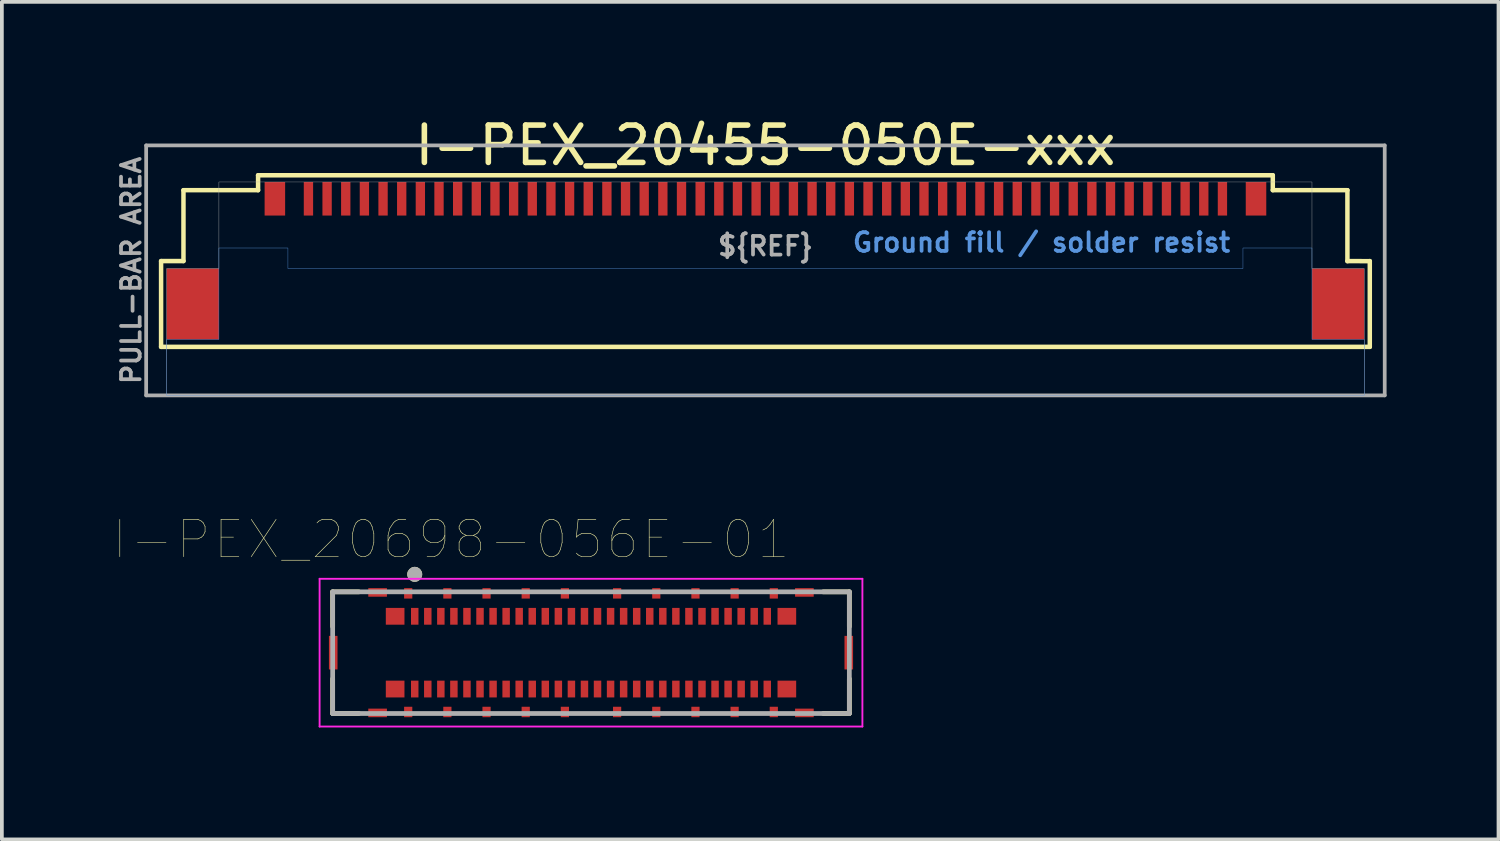
<source format=kicad_pcb>
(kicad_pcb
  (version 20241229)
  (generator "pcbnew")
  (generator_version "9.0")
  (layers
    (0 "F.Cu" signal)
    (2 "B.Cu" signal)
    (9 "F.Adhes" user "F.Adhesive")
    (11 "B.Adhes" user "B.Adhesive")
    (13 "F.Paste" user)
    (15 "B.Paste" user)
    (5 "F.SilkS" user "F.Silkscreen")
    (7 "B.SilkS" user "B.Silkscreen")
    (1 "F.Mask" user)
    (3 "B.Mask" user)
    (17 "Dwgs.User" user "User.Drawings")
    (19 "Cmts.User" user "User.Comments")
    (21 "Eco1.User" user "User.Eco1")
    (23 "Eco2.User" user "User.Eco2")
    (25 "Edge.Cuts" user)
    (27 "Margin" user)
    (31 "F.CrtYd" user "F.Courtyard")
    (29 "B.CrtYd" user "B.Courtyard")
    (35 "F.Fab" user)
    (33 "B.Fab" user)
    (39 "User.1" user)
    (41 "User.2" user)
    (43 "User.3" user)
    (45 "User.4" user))
  (footprint "I-PEX_20455-050E-xxx"
    (layer "F.Cu")
    (at 17.468 7.548)
    (property "Reference" "I-PEX_20455-050E-xxx" (at 0 -6.7 0) (unlocked yes) (layer "F.SilkS") (effects (font (size 1 1) (thickness 0.15))))
    (attr smd)
    (fp_line (start -16.2 -3.6) (end -16.2 -1.3) (stroke (width 0.12) (type solid)) (layer "F.SilkS"))
    (fp_line (start -16.2 -1.3) (end 16.2 -1.3) (stroke (width 0.12) (type solid)) (layer "F.SilkS"))
    (fp_line (start -15.6 -3.6) (end -16.2 -3.6) (stroke (width 0.12) (type solid)) (layer "F.SilkS"))
    (fp_line (start -15.6 -3.6) (end -15.6 -5.5) (stroke (width 0.12) (type solid)) (layer "F.SilkS"))
    (fp_line (start -13.6 -5.9) (end -13.6 -5.5) (stroke (width 0.12) (type solid)) (layer "F.SilkS"))
    (fp_line (start -13.6 -5.5) (end -15.6 -5.5) (stroke (width 0.12) (type solid)) (layer "F.SilkS"))
    (fp_line (start 13.6 -5.9) (end -13.6 -5.9) (stroke (width 0.12) (type solid)) (layer "F.SilkS"))
    (fp_line (start 13.6 -5.5) (end 13.6 -5.9) (stroke (width 0.12) (type solid)) (layer "F.SilkS"))
    (fp_line (start 13.6 -5.5) (end 15.6 -5.5) (stroke (width 0.12) (type solid)) (layer "F.SilkS"))
    (fp_line (start 15.6 -3.596) (end 15.6 -5.5) (stroke (width 0.12) (type solid)) (layer "F.SilkS"))
    (fp_line (start 16.2 -3.597) (end 15.6 -3.6) (stroke (width 0.12) (type solid)) (layer "F.SilkS"))
    (fp_line (start 16.2 -1.3) (end 16.2 -3.6) (stroke (width 0.12) (type solid)) (layer "F.SilkS"))
    (fp_poly (pts (xy -12.8 -3.4) (xy 12.8 -3.4) (xy 12.8 -3.95) (xy 14.65 -3.95) (xy 14.65 -1.5) (xy 16.05 -1.5) (xy 16.05 0) (xy -16.05 0) (xy -16.05 -1.5) (xy -14.65 -1.5) (xy -14.65 -3.95) (xy -12.8 -3.95)) (stroke (width 0.01) (type solid)) (fill no) (layer "Cmts.User"))
    (fp_line (start -16.6 -6.7) (end -16.6 0) (stroke (width 0.1) (type solid)) (layer "F.Fab"))
    (fp_line (start -16.6 0) (end 16.6 0) (stroke (width 0.1) (type solid)) (layer "F.Fab"))
    (fp_line (start 16.6 -6.7) (end -16.6 -6.7) (stroke (width 0.1) (type solid)) (layer "F.Fab"))
    (fp_line (start 16.6 0) (end 16.6 -6.7) (stroke (width 0.1) (type solid)) (layer "F.Fab"))
    (fp_poly (pts (xy 16.6 0) (xy 16.05 0) (xy 16.05 -3.4) (xy 14.65 -3.4) (xy 14.65 -5.72) (xy -14.65 -5.72) (xy -14.65 -3.4) (xy -16.05 -3.4) (xy -16.05 0) (xy -16.6 0) (xy -16.6 -6.7) (xy 16.6 -6.7)) (stroke (width 0.01) (type solid)) (fill no) (layer "F.Fab"))
    (fp_text user "Ground fill / solder resist" (at 7.4 -4.1 0) (unlocked yes) (layer "Cmts.User") (effects (font (size 0.5 0.5) (thickness 0.1))))
    (fp_text user "PULL-BAR AREA" (at -17 -3.35 90) (unlocked yes) (layer "F.Fab") (effects (font (size 0.5 0.5) (thickness 0.1))))
    (fp_text user "${REF}" (at 0 -4 0) (unlocked yes) (layer "F.Fab") (effects (font (size 0.5 0.5) (thickness 0.1))))
    (pad "1" smd rect (at -12.25 -5.27) (size 0.25 0.9) (layers "F.Cu" "F.Mask" "F.Paste"))
    (pad "2" smd rect (at -11.75 -5.27) (size 0.25 0.9) (layers "F.Cu" "F.Mask" "F.Paste"))
    (pad "3" smd rect (at -11.25 -5.27) (size 0.25 0.9) (layers "F.Cu" "F.Mask" "F.Paste"))
    (pad "4" smd rect (at -10.75 -5.27) (size 0.25 0.9) (layers "F.Cu" "F.Mask" "F.Paste"))
    (pad "5" smd rect (at -10.25 -5.27) (size 0.25 0.9) (layers "F.Cu" "F.Mask" "F.Paste"))
    (pad "6" smd rect (at -9.75 -5.27) (size 0.25 0.9) (layers "F.Cu" "F.Mask" "F.Paste"))
    (pad "7" smd rect (at -9.25 -5.27) (size 0.25 0.9) (layers "F.Cu" "F.Mask" "F.Paste"))
    (pad "8" smd rect (at -8.75 -5.27) (size 0.25 0.9) (layers "F.Cu" "F.Mask" "F.Paste"))
    (pad "9" smd rect (at -8.25 -5.27) (size 0.25 0.9) (layers "F.Cu" "F.Mask" "F.Paste"))
    (pad "10" smd rect (at -7.75 -5.27) (size 0.25 0.9) (layers "F.Cu" "F.Mask" "F.Paste"))
    (pad "11" smd rect (at -7.25 -5.27) (size 0.25 0.9) (layers "F.Cu" "F.Mask" "F.Paste"))
    (pad "12" smd rect (at -6.75 -5.27) (size 0.25 0.9) (layers "F.Cu" "F.Mask" "F.Paste"))
    (pad "13" smd rect (at -6.25 -5.27) (size 0.25 0.9) (layers "F.Cu" "F.Mask" "F.Paste"))
    (pad "14" smd rect (at -5.75 -5.27) (size 0.25 0.9) (layers "F.Cu" "F.Mask" "F.Paste"))
    (pad "15" smd rect (at -5.25 -5.27) (size 0.25 0.9) (layers "F.Cu" "F.Mask" "F.Paste"))
    (pad "16" smd rect (at -4.75 -5.27) (size 0.25 0.9) (layers "F.Cu" "F.Mask" "F.Paste"))
    (pad "17" smd rect (at -4.25 -5.27) (size 0.25 0.9) (layers "F.Cu" "F.Mask" "F.Paste"))
    (pad "18" smd rect (at -3.75 -5.27) (size 0.25 0.9) (layers "F.Cu" "F.Mask" "F.Paste"))
    (pad "19" smd rect (at -3.25 -5.27) (size 0.25 0.9) (layers "F.Cu" "F.Mask" "F.Paste"))
    (pad "20" smd rect (at -2.75 -5.27) (size 0.25 0.9) (layers "F.Cu" "F.Mask" "F.Paste"))
    (pad "21" smd rect (at -2.25 -5.27) (size 0.25 0.9) (layers "F.Cu" "F.Mask" "F.Paste"))
    (pad "22" smd rect (at -1.75 -5.27) (size 0.25 0.9) (layers "F.Cu" "F.Mask" "F.Paste"))
    (pad "23" smd rect (at -1.25 -5.27) (size 0.25 0.9) (layers "F.Cu" "F.Mask" "F.Paste"))
    (pad "24" smd rect (at -0.75 -5.27) (size 0.25 0.9) (layers "F.Cu" "F.Mask" "F.Paste"))
    (pad "25" smd rect (at -0.25 -5.27) (size 0.25 0.9) (layers "F.Cu" "F.Mask" "F.Paste"))
    (pad "26" smd rect (at 0.25 -5.27) (size 0.25 0.9) (layers "F.Cu" "F.Mask" "F.Paste"))
    (pad "27" smd rect (at 0.75 -5.27) (size 0.25 0.9) (layers "F.Cu" "F.Mask" "F.Paste"))
    (pad "28" smd rect (at 1.25 -5.27) (size 0.25 0.9) (layers "F.Cu" "F.Mask" "F.Paste"))
    (pad "29" smd rect (at 1.75 -5.27) (size 0.25 0.9) (layers "F.Cu" "F.Mask" "F.Paste"))
    (pad "30" smd rect (at 2.25 -5.27) (size 0.25 0.9) (layers "F.Cu" "F.Mask" "F.Paste"))
    (pad "31" smd rect (at 2.75 -5.27) (size 0.25 0.9) (layers "F.Cu" "F.Mask" "F.Paste"))
    (pad "32" smd rect (at 3.25 -5.27) (size 0.25 0.9) (layers "F.Cu" "F.Mask" "F.Paste"))
    (pad "33" smd rect (at 3.75 -5.27) (size 0.25 0.9) (layers "F.Cu" "F.Mask" "F.Paste"))
    (pad "34" smd rect (at 4.25 -5.27) (size 0.25 0.9) (layers "F.Cu" "F.Mask" "F.Paste"))
    (pad "35" smd rect (at 4.75 -5.27) (size 0.25 0.9) (layers "F.Cu" "F.Mask" "F.Paste"))
    (pad "36" smd rect (at 5.25 -5.27) (size 0.25 0.9) (layers "F.Cu" "F.Mask" "F.Paste"))
    (pad "37" smd rect (at 5.75 -5.27) (size 0.25 0.9) (layers "F.Cu" "F.Mask" "F.Paste"))
    (pad "38" smd rect (at 6.25 -5.27) (size 0.25 0.9) (layers "F.Cu" "F.Mask" "F.Paste"))
    (pad "39" smd rect (at 6.75 -5.27) (size 0.25 0.9) (layers "F.Cu" "F.Mask" "F.Paste"))
    (pad "40" smd rect (at 7.25 -5.27) (size 0.25 0.9) (layers "F.Cu" "F.Mask" "F.Paste"))
    (pad "41" smd rect (at 7.75 -5.27) (size 0.25 0.9) (layers "F.Cu" "F.Mask" "F.Paste"))
    (pad "42" smd rect (at 8.25 -5.27) (size 0.25 0.9) (layers "F.Cu" "F.Mask" "F.Paste"))
    (pad "43" smd rect (at 8.75 -5.27) (size 0.25 0.9) (layers "F.Cu" "F.Mask" "F.Paste"))
    (pad "44" smd rect (at 9.25 -5.27) (size 0.25 0.9) (layers "F.Cu" "F.Mask" "F.Paste"))
    (pad "45" smd rect (at 9.75 -5.27) (size 0.25 0.9) (layers "F.Cu" "F.Mask" "F.Paste"))
    (pad "46" smd rect (at 10.25 -5.27) (size 0.25 0.9) (layers "F.Cu" "F.Mask" "F.Paste"))
    (pad "47" smd rect (at 10.75 -5.27) (size 0.25 0.9) (layers "F.Cu" "F.Mask" "F.Paste"))
    (pad "48" smd rect (at 11.25 -5.27) (size 0.25 0.9) (layers "F.Cu" "F.Mask" "F.Paste"))
    (pad "49" smd rect (at 11.75 -5.27) (size 0.25 0.9) (layers "F.Cu" "F.Mask" "F.Paste"))
    (pad "50" smd rect (at 12.25 -5.27) (size 0.25 0.9) (layers "F.Cu" "F.Mask" "F.Paste"))
    (pad "MP" smd rect (at -15.35 -2.45) (size 1.4 1.9) (layers "F.Cu" "F.Mask" "F.Paste"))
    (pad "MP" smd rect (at -13.15 -5.27) (size 0.55 0.9) (layers "F.Cu" "F.Mask" "F.Paste"))
    (pad "MP" smd rect (at 13.15 -5.27) (size 0.55 0.9) (layers "F.Cu" "F.Mask" "F.Paste"))
    (pad "MP" smd rect (at 15.35 -2.45) (size 1.4 1.9) (layers "F.Cu" "F.Mask" "F.Paste")))
  (footprint "I-PEX_20698-056E-01"
    (layer "F.Cu")
    (at 12.792 14.445)
    (property "Reference" "I-PEX_20698-056E-01" (at -3.75 -3.035 0) (layer "F.SilkS") (effects (font (size 1 1) (thickness 0.015))))
    (attr through_hole)
    (fp_line (start -6.925 -1.63) (end -6.225 -1.63) (stroke (width 0.127) (type solid)) (layer "F.SilkS"))
    (fp_line (start -6.925 -0.7) (end -6.925 -1.63) (stroke (width 0.127) (type solid)) (layer "F.SilkS"))
    (fp_line (start -6.925 0.7) (end -6.925 1.63) (stroke (width 0.127) (type solid)) (layer "F.SilkS"))
    (fp_line (start -6.925 1.63) (end -6.225 1.63) (stroke (width 0.127) (type solid)) (layer "F.SilkS"))
    (fp_line (start 6.925 -1.63) (end 6.225 -1.63) (stroke (width 0.127) (type solid)) (layer "F.SilkS"))
    (fp_line (start 6.925 -0.7) (end 6.925 -1.63) (stroke (width 0.127) (type solid)) (layer "F.SilkS"))
    (fp_line (start 6.925 0.7) (end 6.925 1.63) (stroke (width 0.127) (type solid)) (layer "F.SilkS"))
    (fp_line (start 6.925 1.63) (end 6.225 1.63) (stroke (width 0.127) (type solid)) (layer "F.SilkS"))
    (fp_circle (center -4.725 -2.1) (end -4.625 -2.1) (stroke (width 0.2) (type solid)) (fill no) (layer "F.SilkS"))
    (fp_poly (pts (xy -5.5 -1.2) (xy -5 -1.2) (xy -5 -0.9) (xy -5.5 -0.9)) (stroke (width 0.01) (type solid)) (fill yes) (layer "F.Paste"))
    (fp_poly (pts (xy -5.5 0.9) (xy -5 0.9) (xy -5 1.2) (xy -5.5 1.2)) (stroke (width 0.01) (type solid)) (fill yes) (layer "F.Paste"))
    (fp_poly (pts (xy 5 -1.2) (xy 5.5 -1.2) (xy 5.5 -0.9) (xy 5 -0.9)) (stroke (width 0.01) (type solid)) (fill yes) (layer "F.Paste"))
    (fp_poly (pts (xy 5 0.9) (xy 5.5 0.9) (xy 5.5 1.2) (xy 5 1.2)) (stroke (width 0.01) (type solid)) (fill yes) (layer "F.Paste"))
    (fp_line (start -7.275 -1.98) (end 7.275 -1.98) (stroke (width 0.05) (type solid)) (layer "F.CrtYd"))
    (fp_line (start -7.275 1.98) (end -7.275 -1.98) (stroke (width 0.05) (type solid)) (layer "F.CrtYd"))
    (fp_line (start 7.275 -1.98) (end 7.275 1.98) (stroke (width 0.05) (type solid)) (layer "F.CrtYd"))
    (fp_line (start 7.275 1.98) (end -7.275 1.98) (stroke (width 0.05) (type solid)) (layer "F.CrtYd"))
    (fp_line (start -6.925 -1.63) (end 6.925 -1.63) (stroke (width 0.127) (type solid)) (layer "F.Fab"))
    (fp_line (start -6.925 1.63) (end -6.925 -1.63) (stroke (width 0.127) (type solid)) (layer "F.Fab"))
    (fp_line (start 6.925 -1.63) (end 6.925 1.63) (stroke (width 0.127) (type solid)) (layer "F.Fab"))
    (fp_line (start 6.925 1.63) (end -6.925 1.63) (stroke (width 0.127) (type solid)) (layer "F.Fab"))
    (fp_circle (center -4.725 -2.1) (end -4.625 -2.1) (stroke (width 0.2) (type solid)) (fill no) (layer "F.Fab"))
    (pad "1" smd rect (at -4.725 -0.975) (size 0.2 0.45) (layers "F.Cu" "F.Mask" "F.Paste"))
    (pad "2" smd rect (at -4.725 0.975) (size 0.2 0.45) (layers "F.Cu" "F.Mask" "F.Paste"))
    (pad "3" smd rect (at -4.375 -0.975) (size 0.2 0.45) (layers "F.Cu" "F.Mask" "F.Paste"))
    (pad "4" smd rect (at -4.375 0.975) (size 0.2 0.45) (layers "F.Cu" "F.Mask" "F.Paste"))
    (pad "5" smd rect (at -4.025 -0.975) (size 0.2 0.45) (layers "F.Cu" "F.Mask" "F.Paste"))
    (pad "6" smd rect (at -4.025 0.975) (size 0.2 0.45) (layers "F.Cu" "F.Mask" "F.Paste"))
    (pad "7" smd rect (at -3.675 -0.975) (size 0.2 0.45) (layers "F.Cu" "F.Mask" "F.Paste"))
    (pad "8" smd rect (at -3.675 0.975) (size 0.2 0.45) (layers "F.Cu" "F.Mask" "F.Paste"))
    (pad "9" smd rect (at -3.325 -0.975) (size 0.2 0.45) (layers "F.Cu" "F.Mask" "F.Paste"))
    (pad "10" smd rect (at -3.325 0.975) (size 0.2 0.45) (layers "F.Cu" "F.Mask" "F.Paste"))
    (pad "11" smd rect (at -2.975 -0.975) (size 0.2 0.45) (layers "F.Cu" "F.Mask" "F.Paste"))
    (pad "12" smd rect (at -2.975 0.975) (size 0.2 0.45) (layers "F.Cu" "F.Mask" "F.Paste"))
    (pad "13" smd rect (at -2.625 -0.975) (size 0.2 0.45) (layers "F.Cu" "F.Mask" "F.Paste"))
    (pad "14" smd rect (at -2.625 0.975) (size 0.2 0.45) (layers "F.Cu" "F.Mask" "F.Paste"))
    (pad "15" smd rect (at -2.275 -0.975) (size 0.2 0.45) (layers "F.Cu" "F.Mask" "F.Paste"))
    (pad "16" smd rect (at -2.275 0.975) (size 0.2 0.45) (layers "F.Cu" "F.Mask" "F.Paste"))
    (pad "17" smd rect (at -1.925 -0.975) (size 0.2 0.45) (layers "F.Cu" "F.Mask" "F.Paste"))
    (pad "18" smd rect (at -1.925 0.975) (size 0.2 0.45) (layers "F.Cu" "F.Mask" "F.Paste"))
    (pad "19" smd rect (at -1.575 -0.975) (size 0.2 0.45) (layers "F.Cu" "F.Mask" "F.Paste"))
    (pad "20" smd rect (at -1.575 0.975) (size 0.2 0.45) (layers "F.Cu" "F.Mask" "F.Paste"))
    (pad "21" smd rect (at -1.225 -0.975) (size 0.2 0.45) (layers "F.Cu" "F.Mask" "F.Paste"))
    (pad "22" smd rect (at -1.225 0.975) (size 0.2 0.45) (layers "F.Cu" "F.Mask" "F.Paste"))
    (pad "23" smd rect (at -0.875 -0.975) (size 0.2 0.45) (layers "F.Cu" "F.Mask" "F.Paste"))
    (pad "24" smd rect (at -0.875 0.975) (size 0.2 0.45) (layers "F.Cu" "F.Mask" "F.Paste"))
    (pad "25" smd rect (at -0.525 -0.975) (size 0.2 0.45) (layers "F.Cu" "F.Mask" "F.Paste"))
    (pad "26" smd rect (at -0.525 0.975) (size 0.2 0.45) (layers "F.Cu" "F.Mask" "F.Paste"))
    (pad "27" smd rect (at -0.175 -0.975) (size 0.2 0.45) (layers "F.Cu" "F.Mask" "F.Paste"))
    (pad "28" smd rect (at -0.175 0.975) (size 0.2 0.45) (layers "F.Cu" "F.Mask" "F.Paste"))
    (pad "29" smd rect (at 0.175 -0.975) (size 0.2 0.45) (layers "F.Cu" "F.Mask" "F.Paste"))
    (pad "30" smd rect (at 0.175 0.975) (size 0.2 0.45) (layers "F.Cu" "F.Mask" "F.Paste"))
    (pad "31" smd rect (at 0.525 -0.975) (size 0.2 0.45) (layers "F.Cu" "F.Mask" "F.Paste"))
    (pad "32" smd rect (at 0.525 0.975) (size 0.2 0.45) (layers "F.Cu" "F.Mask" "F.Paste"))
    (pad "33" smd rect (at 0.875 -0.975) (size 0.2 0.45) (layers "F.Cu" "F.Mask" "F.Paste"))
    (pad "34" smd rect (at 0.875 0.975) (size 0.2 0.45) (layers "F.Cu" "F.Mask" "F.Paste"))
    (pad "35" smd rect (at 1.225 -0.975) (size 0.2 0.45) (layers "F.Cu" "F.Mask" "F.Paste"))
    (pad "36" smd rect (at 1.225 0.975) (size 0.2 0.45) (layers "F.Cu" "F.Mask" "F.Paste"))
    (pad "37" smd rect (at 1.575 -0.975) (size 0.2 0.45) (layers "F.Cu" "F.Mask" "F.Paste"))
    (pad "38" smd rect (at 1.575 0.975) (size 0.2 0.45) (layers "F.Cu" "F.Mask" "F.Paste"))
    (pad "39" smd rect (at 1.925 -0.975) (size 0.2 0.45) (layers "F.Cu" "F.Mask" "F.Paste"))
    (pad "40" smd rect (at 1.925 0.975) (size 0.2 0.45) (layers "F.Cu" "F.Mask" "F.Paste"))
    (pad "41" smd rect (at 2.275 -0.975) (size 0.2 0.45) (layers "F.Cu" "F.Mask" "F.Paste"))
    (pad "42" smd rect (at 2.275 0.975) (size 0.2 0.45) (layers "F.Cu" "F.Mask" "F.Paste"))
    (pad "43" smd rect (at 2.625 -0.975) (size 0.2 0.45) (layers "F.Cu" "F.Mask" "F.Paste"))
    (pad "44" smd rect (at 2.625 0.975) (size 0.2 0.45) (layers "F.Cu" "F.Mask" "F.Paste"))
    (pad "45" smd rect (at 2.975 -0.975) (size 0.2 0.45) (layers "F.Cu" "F.Mask" "F.Paste"))
    (pad "46" smd rect (at 2.975 0.975) (size 0.2 0.45) (layers "F.Cu" "F.Mask" "F.Paste"))
    (pad "47" smd rect (at 3.325 -0.975) (size 0.2 0.45) (layers "F.Cu" "F.Mask" "F.Paste"))
    (pad "48" smd rect (at 3.325 0.975) (size 0.2 0.45) (layers "F.Cu" "F.Mask" "F.Paste"))
    (pad "49" smd rect (at 3.675 -0.975) (size 0.2 0.45) (layers "F.Cu" "F.Mask" "F.Paste"))
    (pad "50" smd rect (at 3.675 0.975) (size 0.2 0.45) (layers "F.Cu" "F.Mask" "F.Paste"))
    (pad "51" smd rect (at 4.025 -0.975) (size 0.2 0.45) (layers "F.Cu" "F.Mask" "F.Paste"))
    (pad "52" smd rect (at 4.025 0.975) (size 0.2 0.45) (layers "F.Cu" "F.Mask" "F.Paste"))
    (pad "53" smd rect (at 4.375 -0.975) (size 0.2 0.45) (layers "F.Cu" "F.Mask" "F.Paste"))
    (pad "54" smd rect (at 4.375 0.975) (size 0.2 0.45) (layers "F.Cu" "F.Mask" "F.Paste"))
    (pad "55" smd rect (at 4.725 -0.975) (size 0.2 0.45) (layers "F.Cu" "F.Mask" "F.Paste"))
    (pad "56" smd rect (at 4.725 0.975) (size 0.2 0.45) (layers "F.Cu" "F.Mask" "F.Paste"))
    (pad "57" smd rect (at -5.25 -0.975) (size 0.5 0.45) (layers "F.Cu" "F.Mask"))
    (pad "58" smd rect (at -5.25 0.975) (size 0.5 0.45) (layers "F.Cu" "F.Mask"))
    (pad "59" smd rect (at 5.25 -0.975) (size 0.5 0.45) (layers "F.Cu" "F.Mask"))
    (pad "60" smd rect (at 5.25 0.975) (size 0.5 0.45) (layers "F.Cu" "F.Mask"))
    (pad "G1" smd rect (at -5.72 1.615) (size 0.5 0.23) (layers "F.Cu" "F.Mask" "F.Paste"))
    (pad "G2" smd rect (at -4.9 1.59) (size 0.22 0.28) (layers "F.Cu" "F.Mask" "F.Paste"))
    (pad "G3" smd rect (at -3.85 1.59) (size 0.22 0.28) (layers "F.Cu" "F.Mask" "F.Paste"))
    (pad "G4" smd rect (at -2.8 1.59) (size 0.22 0.28) (layers "F.Cu" "F.Mask" "F.Paste"))
    (pad "G5" smd rect (at -1.75 1.59) (size 0.22 0.28) (layers "F.Cu" "F.Mask" "F.Paste"))
    (pad "G6" smd rect (at -0.7 1.59) (size 0.22 0.28) (layers "F.Cu" "F.Mask" "F.Paste"))
    (pad "G7" smd rect (at 0.7 1.59) (size 0.22 0.28) (layers "F.Cu" "F.Mask" "F.Paste"))
    (pad "G8" smd rect (at 1.75 1.59) (size 0.22 0.28) (layers "F.Cu" "F.Mask" "F.Paste"))
    (pad "G9" smd rect (at 2.8 1.59) (size 0.22 0.28) (layers "F.Cu" "F.Mask" "F.Paste"))
    (pad "G10" smd rect (at 3.85 1.59) (size 0.22 0.28) (layers "F.Cu" "F.Mask" "F.Paste"))
    (pad "G11" smd rect (at 4.9 1.59) (size 0.22 0.28) (layers "F.Cu" "F.Mask" "F.Paste"))
    (pad "G12" smd rect (at 5.72 1.615) (size 0.5 0.23) (layers "F.Cu" "F.Mask" "F.Paste"))
    (pad "G13" smd rect (at 5.72 -1.615) (size 0.5 0.23) (layers "F.Cu" "F.Mask" "F.Paste"))
    (pad "G14" smd rect (at 3.85 -1.59) (size 0.22 0.28) (layers "F.Cu" "F.Mask" "F.Paste"))
    (pad "G15" smd rect (at 4.9 -1.59) (size 0.22 0.28) (layers "F.Cu" "F.Mask" "F.Paste"))
    (pad "G16" smd rect (at 2.8 -1.59) (size 0.22 0.28) (layers "F.Cu" "F.Mask" "F.Paste"))
    (pad "G17" smd rect (at 1.75 -1.59) (size 0.22 0.28) (layers "F.Cu" "F.Mask" "F.Paste"))
    (pad "G18" smd rect (at 0.7 -1.59) (size 0.22 0.28) (layers "F.Cu" "F.Mask" "F.Paste"))
    (pad "G19" smd rect (at -0.7 -1.59) (size 0.22 0.28) (layers "F.Cu" "F.Mask" "F.Paste"))
    (pad "G20" smd rect (at -1.75 -1.59) (size 0.22 0.28) (layers "F.Cu" "F.Mask" "F.Paste"))
    (pad "G21" smd rect (at -2.8 -1.59) (size 0.22 0.28) (layers "F.Cu" "F.Mask" "F.Paste"))
    (pad "G22" smd rect (at -3.85 -1.59) (size 0.22 0.28) (layers "F.Cu" "F.Mask" "F.Paste"))
    (pad "G23" smd rect (at -4.9 -1.59) (size 0.22 0.28) (layers "F.Cu" "F.Mask" "F.Paste"))
    (pad "G24" smd rect (at -5.72 -1.615) (size 0.5 0.23) (layers "F.Cu" "F.Mask" "F.Paste"))
    (pad "S1" smd rect (at -6.91 0) (size 0.23 0.9) (layers "F.Cu" "F.Mask" "F.Paste"))
    (pad "S2" smd rect (at 6.91 0) (size 0.23 0.9) (layers "F.Cu" "F.Mask" "F.Paste")))
  (gr_rect
    (start -3 -3)
    (end 37.118 19.45)
    (stroke (width 0.1) (type default))
    (fill no)
    (layer "Edge.Cuts")))
</source>
